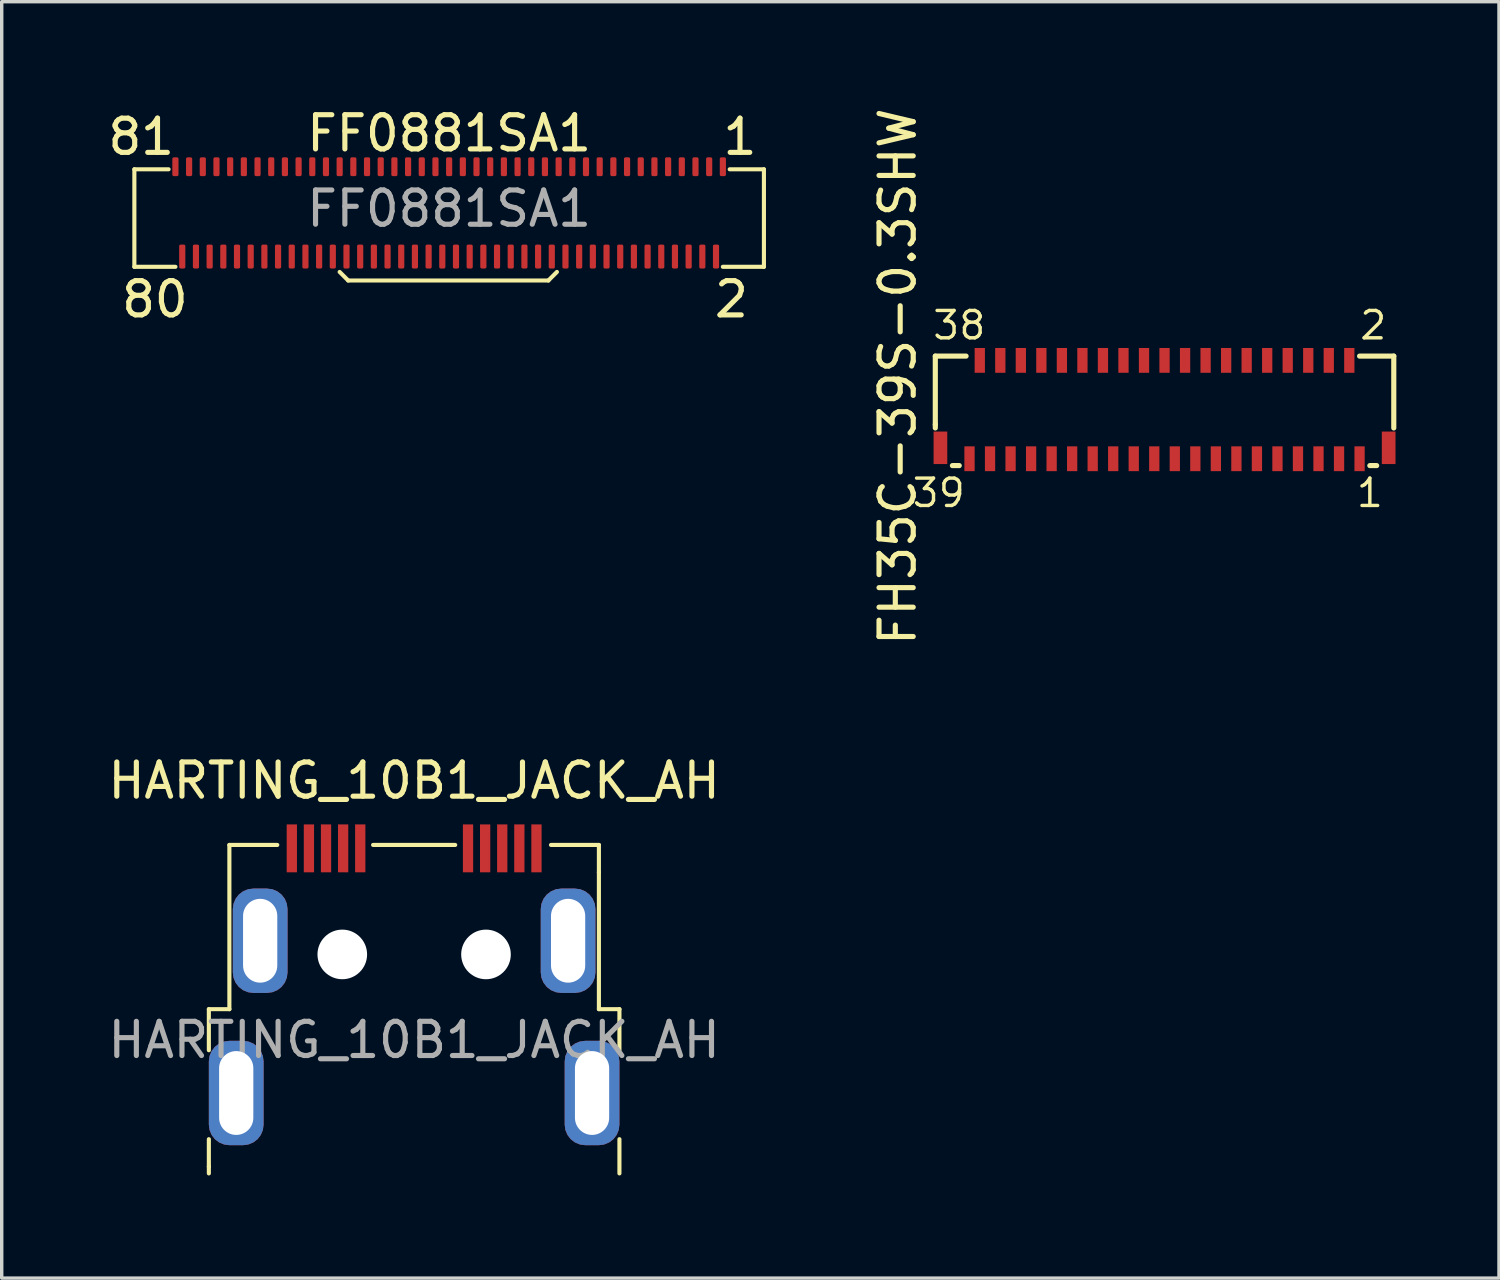
<source format=kicad_pcb>
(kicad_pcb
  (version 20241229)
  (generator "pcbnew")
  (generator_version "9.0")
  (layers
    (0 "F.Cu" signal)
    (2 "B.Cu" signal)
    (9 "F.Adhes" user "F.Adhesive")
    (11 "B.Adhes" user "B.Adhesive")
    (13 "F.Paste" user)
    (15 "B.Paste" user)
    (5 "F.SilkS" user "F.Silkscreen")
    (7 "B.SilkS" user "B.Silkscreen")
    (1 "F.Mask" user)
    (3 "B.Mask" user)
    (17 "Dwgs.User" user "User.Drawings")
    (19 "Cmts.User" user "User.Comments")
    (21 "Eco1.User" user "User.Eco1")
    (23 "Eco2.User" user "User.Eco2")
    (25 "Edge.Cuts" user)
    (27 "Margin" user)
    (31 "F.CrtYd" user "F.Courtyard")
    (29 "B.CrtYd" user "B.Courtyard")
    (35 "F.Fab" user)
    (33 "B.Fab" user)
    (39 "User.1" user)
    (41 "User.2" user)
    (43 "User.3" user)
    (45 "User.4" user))
  (footprint "FF0881SA1"
    (layer "F.Cu")
    (at 10.077 4.448)
    (property "Reference" "FF0881SA1" (at 0 -3.6 0) (unlocked yes) (layer "F.SilkS") (effects (font (size 1 1) (thickness 0.15))))
    (attr smd)
    (fp_line (start -9.2 -2.55) (end -9.2 0.3) (stroke (width 0.12) (type solid)) (layer "F.SilkS"))
    (fp_line (start -9.2 0.3) (end -8 0.3) (stroke (width 0.12) (type solid)) (layer "F.SilkS"))
    (fp_line (start -8.2 -2.55) (end -9.2 -2.55) (stroke (width 0.12) (type solid)) (layer "F.SilkS"))
    (fp_line (start -3.2 0.45) (end -2.95 0.7) (stroke (width 0.12) (type solid)) (layer "F.SilkS"))
    (fp_line (start -2.95 0.7) (end 2.9 0.7) (stroke (width 0.12) (type solid)) (layer "F.SilkS"))
    (fp_line (start 2.9 0.7) (end 3.15 0.45) (stroke (width 0.12) (type solid)) (layer "F.SilkS"))
    (fp_line (start 8 0.3) (end 9.2 0.3) (stroke (width 0.12) (type solid)) (layer "F.SilkS"))
    (fp_line (start 9.2 -2.55) (end 8.2 -2.55) (stroke (width 0.12) (type solid)) (layer "F.SilkS"))
    (fp_line (start 9.2 0.3) (end 9.2 -2.55) (stroke (width 0.12) (type solid)) (layer "F.SilkS"))
    (fp_text user "1" (at 8.5 -3.5 0) (unlocked yes) (layer "F.SilkS") (effects (font (size 1 1) (thickness 0.15))))
    (fp_text user "2" (at 8.25 1.25 0) (unlocked yes) (layer "F.SilkS") (effects (font (size 1 1) (thickness 0.15))))
    (fp_text user "81" (at -9 -3.5 0) (unlocked yes) (layer "F.SilkS") (effects (font (size 1 1) (thickness 0.15))))
    (fp_text user "80" (at -8.6 1.25 0) (unlocked yes) (layer "F.SilkS") (effects (font (size 1 1) (thickness 0.15))))
    (fp_text user "${REFERENCE}" (at 0 -1.4 0) (unlocked yes) (layer "F.Fab") (effects (font (size 1 1) (thickness 0.15))))
    (pad "1" smd roundrect (at 8 -2.625) (size 0.18 0.55) (layers "F.Cu" "F.Mask" "F.Paste") (roundrect_rratio 0.25))
    (pad "2" smd roundrect (at 7.8 0) (size 0.18 0.7) (layers "F.Cu" "F.Mask" "F.Paste") (roundrect_rratio 0.25))
    (pad "3" smd roundrect (at 7.6 -2.625) (size 0.18 0.55) (layers "F.Cu" "F.Mask" "F.Paste") (roundrect_rratio 0.25))
    (pad "4" smd roundrect (at 7.4 0) (size 0.18 0.7) (layers "F.Cu" "F.Mask" "F.Paste") (roundrect_rratio 0.25))
    (pad "5" smd roundrect (at 7.2 -2.625) (size 0.18 0.55) (layers "F.Cu" "F.Mask" "F.Paste") (roundrect_rratio 0.25))
    (pad "6" smd roundrect (at 7 0) (size 0.18 0.7) (layers "F.Cu" "F.Mask" "F.Paste") (roundrect_rratio 0.25))
    (pad "7" smd roundrect (at 6.8 -2.625) (size 0.18 0.55) (layers "F.Cu" "F.Mask" "F.Paste") (roundrect_rratio 0.25))
    (pad "8" smd roundrect (at 6.6 0) (size 0.18 0.7) (layers "F.Cu" "F.Mask" "F.Paste") (roundrect_rratio 0.25))
    (pad "9" smd roundrect (at 6.4 -2.625) (size 0.18 0.55) (layers "F.Cu" "F.Mask" "F.Paste") (roundrect_rratio 0.25))
    (pad "10" smd roundrect (at 6.2 0) (size 0.18 0.7) (layers "F.Cu" "F.Mask" "F.Paste") (roundrect_rratio 0.25))
    (pad "11" smd roundrect (at 6 -2.625) (size 0.18 0.55) (layers "F.Cu" "F.Mask" "F.Paste") (roundrect_rratio 0.25))
    (pad "12" smd roundrect (at 5.8 0) (size 0.18 0.7) (layers "F.Cu" "F.Mask" "F.Paste") (roundrect_rratio 0.25))
    (pad "13" smd roundrect (at 5.6 -2.625) (size 0.18 0.55) (layers "F.Cu" "F.Mask" "F.Paste") (roundrect_rratio 0.25))
    (pad "14" smd roundrect (at 5.4 0) (size 0.18 0.7) (layers "F.Cu" "F.Mask" "F.Paste") (roundrect_rratio 0.25))
    (pad "15" smd roundrect (at 5.2 -2.625) (size 0.18 0.55) (layers "F.Cu" "F.Mask" "F.Paste") (roundrect_rratio 0.25))
    (pad "16" smd roundrect (at 5 0) (size 0.18 0.7) (layers "F.Cu" "F.Mask" "F.Paste") (roundrect_rratio 0.25))
    (pad "17" smd roundrect (at 4.8 -2.625) (size 0.18 0.55) (layers "F.Cu" "F.Mask" "F.Paste") (roundrect_rratio 0.25))
    (pad "18" smd roundrect (at 4.6 0) (size 0.18 0.7) (layers "F.Cu" "F.Mask" "F.Paste") (roundrect_rratio 0.25))
    (pad "19" smd roundrect (at 4.4 -2.625) (size 0.18 0.55) (layers "F.Cu" "F.Mask" "F.Paste") (roundrect_rratio 0.25))
    (pad "20" smd roundrect (at 4.2 0) (size 0.18 0.7) (layers "F.Cu" "F.Mask" "F.Paste") (roundrect_rratio 0.25))
    (pad "21" smd roundrect (at 4 -2.625) (size 0.18 0.55) (layers "F.Cu" "F.Mask" "F.Paste") (roundrect_rratio 0.25))
    (pad "22" smd roundrect (at 3.8 0) (size 0.18 0.7) (layers "F.Cu" "F.Mask" "F.Paste") (roundrect_rratio 0.25))
    (pad "23" smd roundrect (at 3.6 -2.625) (size 0.18 0.55) (layers "F.Cu" "F.Mask" "F.Paste") (roundrect_rratio 0.25))
    (pad "24" smd roundrect (at 3.4 0) (size 0.18 0.7) (layers "F.Cu" "F.Mask" "F.Paste") (roundrect_rratio 0.25))
    (pad "25" smd roundrect (at 3.2 -2.625) (size 0.18 0.55) (layers "F.Cu" "F.Mask" "F.Paste") (roundrect_rratio 0.25))
    (pad "26" smd roundrect (at 3 0) (size 0.18 0.7) (layers "F.Cu" "F.Mask" "F.Paste") (roundrect_rratio 0.25))
    (pad "27" smd roundrect (at 2.8 -2.625) (size 0.18 0.55) (layers "F.Cu" "F.Mask" "F.Paste") (roundrect_rratio 0.25))
    (pad "28" smd roundrect (at 2.6 0) (size 0.18 0.7) (layers "F.Cu" "F.Mask" "F.Paste") (roundrect_rratio 0.25))
    (pad "29" smd roundrect (at 2.4 -2.625) (size 0.18 0.55) (layers "F.Cu" "F.Mask" "F.Paste") (roundrect_rratio 0.25))
    (pad "30" smd roundrect (at 2.2 0) (size 0.18 0.7) (layers "F.Cu" "F.Mask" "F.Paste") (roundrect_rratio 0.25))
    (pad "31" smd roundrect (at 2 -2.625) (size 0.18 0.55) (layers "F.Cu" "F.Mask" "F.Paste") (roundrect_rratio 0.25))
    (pad "32" smd roundrect (at 1.8 0) (size 0.18 0.7) (layers "F.Cu" "F.Mask" "F.Paste") (roundrect_rratio 0.25))
    (pad "33" smd roundrect (at 1.6 -2.625) (size 0.18 0.55) (layers "F.Cu" "F.Mask" "F.Paste") (roundrect_rratio 0.25))
    (pad "34" smd roundrect (at 1.4 0) (size 0.18 0.7) (layers "F.Cu" "F.Mask" "F.Paste") (roundrect_rratio 0.25))
    (pad "35" smd roundrect (at 1.2 -2.625) (size 0.18 0.55) (layers "F.Cu" "F.Mask" "F.Paste") (roundrect_rratio 0.25))
    (pad "36" smd roundrect (at 1 0) (size 0.18 0.7) (layers "F.Cu" "F.Mask" "F.Paste") (roundrect_rratio 0.25))
    (pad "37" smd roundrect (at 0.8 -2.625) (size 0.18 0.55) (layers "F.Cu" "F.Mask" "F.Paste") (roundrect_rratio 0.25))
    (pad "38" smd roundrect (at 0.6 0) (size 0.18 0.7) (layers "F.Cu" "F.Mask" "F.Paste") (roundrect_rratio 0.25))
    (pad "39" smd roundrect (at 0.4 -2.625) (size 0.18 0.55) (layers "F.Cu" "F.Mask" "F.Paste") (roundrect_rratio 0.25))
    (pad "40" smd roundrect (at 0.2 0) (size 0.18 0.7) (layers "F.Cu" "F.Mask" "F.Paste") (roundrect_rratio 0.25))
    (pad "41" smd roundrect (at 0 -2.625) (size 0.18 0.55) (layers "F.Cu" "F.Mask" "F.Paste") (roundrect_rratio 0.25))
    (pad "42" smd roundrect (at -0.2 0) (size 0.18 0.7) (layers "F.Cu" "F.Mask" "F.Paste") (roundrect_rratio 0.25))
    (pad "43" smd roundrect (at -0.4 -2.625) (size 0.18 0.55) (layers "F.Cu" "F.Mask" "F.Paste") (roundrect_rratio 0.25))
    (pad "44" smd roundrect (at -0.6 0) (size 0.18 0.7) (layers "F.Cu" "F.Mask" "F.Paste") (roundrect_rratio 0.25))
    (pad "45" smd roundrect (at -0.8 -2.625) (size 0.18 0.55) (layers "F.Cu" "F.Mask" "F.Paste") (roundrect_rratio 0.25))
    (pad "46" smd roundrect (at -1 0) (size 0.18 0.7) (layers "F.Cu" "F.Mask" "F.Paste") (roundrect_rratio 0.25))
    (pad "47" smd roundrect (at -1.2 -2.625) (size 0.18 0.55) (layers "F.Cu" "F.Mask" "F.Paste") (roundrect_rratio 0.25))
    (pad "48" smd roundrect (at -1.4 0) (size 0.18 0.7) (layers "F.Cu" "F.Mask" "F.Paste") (roundrect_rratio 0.25))
    (pad "49" smd roundrect (at -1.6 -2.625) (size 0.18 0.55) (layers "F.Cu" "F.Mask" "F.Paste") (roundrect_rratio 0.25))
    (pad "50" smd roundrect (at -1.8 0) (size 0.18 0.7) (layers "F.Cu" "F.Mask" "F.Paste") (roundrect_rratio 0.25))
    (pad "51" smd roundrect (at -2 -2.625) (size 0.18 0.55) (layers "F.Cu" "F.Mask" "F.Paste") (roundrect_rratio 0.25))
    (pad "52" smd roundrect (at -2.2 0) (size 0.18 0.7) (layers "F.Cu" "F.Mask" "F.Paste") (roundrect_rratio 0.25))
    (pad "53" smd roundrect (at -2.4 -2.625) (size 0.18 0.55) (layers "F.Cu" "F.Mask" "F.Paste") (roundrect_rratio 0.25))
    (pad "54" smd roundrect (at -2.6 0) (size 0.18 0.7) (layers "F.Cu" "F.Mask" "F.Paste") (roundrect_rratio 0.25))
    (pad "55" smd roundrect (at -2.8 -2.625) (size 0.18 0.55) (layers "F.Cu" "F.Mask" "F.Paste") (roundrect_rratio 0.25))
    (pad "56" smd roundrect (at -3 0) (size 0.18 0.7) (layers "F.Cu" "F.Mask" "F.Paste") (roundrect_rratio 0.25))
    (pad "57" smd roundrect (at -3.2 -2.625) (size 0.18 0.55) (layers "F.Cu" "F.Mask" "F.Paste") (roundrect_rratio 0.25))
    (pad "58" smd roundrect (at -3.4 0) (size 0.18 0.7) (layers "F.Cu" "F.Mask" "F.Paste") (roundrect_rratio 0.25))
    (pad "59" smd roundrect (at -3.6 -2.625) (size 0.18 0.55) (layers "F.Cu" "F.Mask" "F.Paste") (roundrect_rratio 0.25))
    (pad "60" smd roundrect (at -3.8 0) (size 0.18 0.7) (layers "F.Cu" "F.Mask" "F.Paste") (roundrect_rratio 0.25))
    (pad "61" smd roundrect (at -4 -2.625) (size 0.18 0.55) (layers "F.Cu" "F.Mask" "F.Paste") (roundrect_rratio 0.25))
    (pad "62" smd roundrect (at -4.2 0) (size 0.18 0.7) (layers "F.Cu" "F.Mask" "F.Paste") (roundrect_rratio 0.25))
    (pad "63" smd roundrect (at -4.4 -2.625) (size 0.18 0.55) (layers "F.Cu" "F.Mask" "F.Paste") (roundrect_rratio 0.25))
    (pad "64" smd roundrect (at -4.6 0) (size 0.18 0.7) (layers "F.Cu" "F.Mask" "F.Paste") (roundrect_rratio 0.25))
    (pad "65" smd roundrect (at -4.8 -2.625) (size 0.18 0.55) (layers "F.Cu" "F.Mask" "F.Paste") (roundrect_rratio 0.25))
    (pad "66" smd roundrect (at -5 0) (size 0.18 0.7) (layers "F.Cu" "F.Mask" "F.Paste") (roundrect_rratio 0.25))
    (pad "67" smd roundrect (at -5.2 -2.625) (size 0.18 0.55) (layers "F.Cu" "F.Mask" "F.Paste") (roundrect_rratio 0.25))
    (pad "68" smd roundrect (at -5.4 0) (size 0.18 0.7) (layers "F.Cu" "F.Mask" "F.Paste") (roundrect_rratio 0.25))
    (pad "69" smd roundrect (at -5.6 -2.625) (size 0.18 0.55) (layers "F.Cu" "F.Mask" "F.Paste") (roundrect_rratio 0.25))
    (pad "70" smd roundrect (at -5.8 0) (size 0.18 0.7) (layers "F.Cu" "F.Mask" "F.Paste") (roundrect_rratio 0.25))
    (pad "71" smd roundrect (at -6 -2.625) (size 0.18 0.55) (layers "F.Cu" "F.Mask" "F.Paste") (roundrect_rratio 0.25))
    (pad "72" smd roundrect (at -6.2 0) (size 0.18 0.7) (layers "F.Cu" "F.Mask" "F.Paste") (roundrect_rratio 0.25))
    (pad "73" smd roundrect (at -6.4 -2.625) (size 0.18 0.55) (layers "F.Cu" "F.Mask" "F.Paste") (roundrect_rratio 0.25))
    (pad "74" smd roundrect (at -6.6 0) (size 0.18 0.7) (layers "F.Cu" "F.Mask" "F.Paste") (roundrect_rratio 0.25))
    (pad "75" smd roundrect (at -6.8 -2.625) (size 0.18 0.55) (layers "F.Cu" "F.Mask" "F.Paste") (roundrect_rratio 0.25))
    (pad "76" smd roundrect (at -7 0) (size 0.18 0.7) (layers "F.Cu" "F.Mask" "F.Paste") (roundrect_rratio 0.25))
    (pad "77" smd roundrect (at -7.2 -2.625) (size 0.18 0.55) (layers "F.Cu" "F.Mask" "F.Paste") (roundrect_rratio 0.25))
    (pad "78" smd roundrect (at -7.4 0) (size 0.18 0.7) (layers "F.Cu" "F.Mask" "F.Paste") (roundrect_rratio 0.25))
    (pad "79" smd roundrect (at -7.6 -2.625) (size 0.18 0.55) (layers "F.Cu" "F.Mask" "F.Paste") (roundrect_rratio 0.25))
    (pad "80" smd roundrect (at -7.8 0) (size 0.18 0.7) (layers "F.Cu" "F.Mask" "F.Paste") (roundrect_rratio 0.25))
    (pad "81" smd roundrect (at -8 -2.625) (size 0.18 0.55) (layers "F.Cu" "F.Mask" "F.Paste") (roundrect_rratio 0.25)))
  (footprint "HARTING_10B1_JACK_AH"
    (layer "F.Cu")
    (at 9.054 24.845)
    (property "Reference" "HARTING_10B1_JACK_AH" (at 0 -5.08 0) (unlocked yes) (layer "F.SilkS") (effects (font (size 1 1) (thickness 0.15))))
    (attr smd)
    (fp_line (start -6 1.6) (end -6 2.8) (stroke (width 0.12) (type solid)) (layer "F.SilkS"))
    (fp_line (start -6 5.4) (end -6 6.2) (stroke (width 0.12) (type solid)) (layer "F.SilkS"))
    (fp_line (start -6 6.2) (end -6 6.4) (stroke (width 0.12) (type solid)) (layer "F.SilkS"))
    (fp_line (start -5.4 -3.2) (end -5.4 1.6) (stroke (width 0.12) (type solid)) (layer "F.SilkS"))
    (fp_line (start -5.4 1.6) (end -6 1.6) (stroke (width 0.12) (type solid)) (layer "F.SilkS"))
    (fp_line (start -4 -3.2) (end -5.4 -3.2) (stroke (width 0.12) (type solid)) (layer "F.SilkS"))
    (fp_line (start 1.2 -3.2) (end -1.2 -3.2) (stroke (width 0.12) (type solid)) (layer "F.SilkS"))
    (fp_line (start 5.4 -3.2) (end 4 -3.2) (stroke (width 0.12) (type solid)) (layer "F.SilkS"))
    (fp_line (start 5.4 -2.4) (end 5.4 -3.2) (stroke (width 0.12) (type solid)) (layer "F.SilkS"))
    (fp_line (start 5.4 1.6) (end 5.4 -2.4) (stroke (width 0.12) (type solid)) (layer "F.SilkS"))
    (fp_line (start 6 1.6) (end 5.4 1.6) (stroke (width 0.12) (type solid)) (layer "F.SilkS"))
    (fp_line (start 6 2.8) (end 6 1.6) (stroke (width 0.12) (type solid)) (layer "F.SilkS"))
    (fp_line (start 6 6.4) (end 6 5.4) (stroke (width 0.12) (type solid)) (layer "F.SilkS"))
    (fp_line (start 0 6.4) (end -6 6.4) (stroke (width 0.12) (type solid)) (layer "Eco1.User"))
    (fp_line (start 0 6.4) (end 6 6.4) (stroke (width 0.12) (type solid)) (layer "Eco1.User"))
    (fp_text user "${REFERENCE}" (at 0 2.5 0) (unlocked yes) (layer "F.Fab") (effects (font (size 1 1) (thickness 0.15))))
    (pad "" np_thru_hole circle (at -2.1 0) (size 1.45 1.45) (drill 1.45) (layers "*.Cu" "*.Mask"))
    (pad "" np_thru_hole circle (at 2.1 0) (size 1.45 1.45) (drill 1.45) (layers "*.Cu" "*.Mask"))
    (pad "1" smd rect (at -1.575 -3.1) (size 0.3 1.4) (layers "F.Cu" "F.Mask" "F.Paste"))
    (pad "2" smd rect (at -2.075 -3.1) (size 0.3 1.4) (layers "F.Cu" "F.Mask" "F.Paste"))
    (pad "3" smd rect (at -2.575 -3.1) (size 0.3 1.4) (layers "F.Cu" "F.Mask" "F.Paste"))
    (pad "4" smd rect (at -3.075 -3.1) (size 0.3 1.4) (layers "F.Cu" "F.Mask" "F.Paste"))
    (pad "5" smd rect (at -3.575 -3.1) (size 0.3 1.4) (layers "F.Cu" "F.Mask" "F.Paste"))
    (pad "6" smd rect (at 1.575 -3.1) (size 0.3 1.4) (layers "F.Cu" "F.Mask" "F.Paste"))
    (pad "7" smd rect (at 2.075 -3.1) (size 0.3 1.4) (layers "F.Cu" "F.Mask" "F.Paste"))
    (pad "8" smd rect (at 2.575 -3.1) (size 0.3 1.4) (layers "F.Cu" "F.Mask" "F.Paste"))
    (pad "9" smd rect (at 3.075 -3.1) (size 0.3 1.4) (layers "F.Cu" "F.Mask" "F.Paste"))
    (pad "10" smd rect (at 3.575 -3.1) (size 0.3 1.4) (layers "F.Cu" "F.Mask" "F.Paste"))
    (pad "SH" thru_hole roundrect (at -5.2 4.05) (size 1.6 3.05) (drill oval 1 2.45) (layers "*.Cu" "*.Mask") (roundrect_rratio 0.375))
    (pad "SH" thru_hole roundrect (at -4.5 -0.4) (size 1.6 3.05) (drill oval 1 2.45) (layers "*.Cu" "*.Mask") (roundrect_rratio 0.375))
    (pad "SH" thru_hole roundrect (at 4.5 -0.4) (size 1.6 3.05) (drill oval 1 2.45) (layers "*.Cu" "*.Mask") (roundrect_rratio 0.375))
    (pad "SH" thru_hole roundrect (at 5.2 4.05) (size 1.6 3.05) (drill oval 1 2.45) (layers "*.Cu" "*.Mask") (roundrect_rratio 0.375)))
  (footprint "FH35C-39S-0.3SHW"
    (layer "F.Cu")
    (at 30.986 10.358)
    (property "Reference" "FH35C-39S-0.3SHW" (at -7.8 -2.4 90) (unlocked yes) (layer "F.SilkS") (effects (font (size 1 1) (thickness 0.15))))
    (fp_line (start -6.7 -3) (end -6.7 -1) (stroke (width 0.15) (type solid)) (layer "F.SilkS"))
    (fp_line (start -6.7 -1) (end -6.7 -0.9) (stroke (width 0.15) (type solid)) (layer "F.SilkS"))
    (fp_line (start -6.2 0.2) (end -6 0.2) (stroke (width 0.15) (type solid)) (layer "F.SilkS"))
    (fp_line (start -5.8 -3) (end -6.7 -3) (stroke (width 0.15) (type solid)) (layer "F.SilkS"))
    (fp_line (start 6 0.2) (end 6.2 0.2) (stroke (width 0.15) (type solid)) (layer "F.SilkS"))
    (fp_line (start 6.7 -3) (end 5.7 -3) (stroke (width 0.15) (type solid)) (layer "F.SilkS"))
    (fp_line (start 6.7 -0.9) (end 6.7 -3) (stroke (width 0.15) (type solid)) (layer "F.SilkS"))
    (fp_text user "39" (at -6.6 1 0) (unlocked yes) (layer "F.SilkS") (effects (font (size 0.8 0.8) (thickness 0.1))))
    (fp_text user "38" (at -6 -3.9 0) (unlocked yes) (layer "F.SilkS") (effects (font (size 0.8 0.8) (thickness 0.1))))
    (fp_text user "1" (at 6 1 0) (unlocked yes) (layer "F.SilkS") (effects (font (size 0.8 0.8) (thickness 0.1))))
    (fp_text user "2" (at 6.1 -3.9 0) (unlocked yes) (layer "F.SilkS") (effects (font (size 0.8 0.8) (thickness 0.1))))
    (pad "1" smd rect (at 5.7 0) (size 0.3 0.725) (layers "F.Cu" "F.Mask" "F.Paste"))
    (pad "2" smd rect (at 5.4 -2.875) (size 0.3 0.725) (layers "F.Cu" "F.Mask" "F.Paste"))
    (pad "3" smd rect (at 5.1 0) (size 0.3 0.725) (layers "F.Cu" "F.Mask" "F.Paste"))
    (pad "4" smd rect (at 4.8 -2.875) (size 0.3 0.725) (layers "F.Cu" "F.Mask" "F.Paste"))
    (pad "5" smd rect (at 4.5 0) (size 0.3 0.725) (layers "F.Cu" "F.Mask" "F.Paste"))
    (pad "6" smd rect (at 4.2 -2.875) (size 0.3 0.725) (layers "F.Cu" "F.Mask" "F.Paste"))
    (pad "7" smd rect (at 3.9 0) (size 0.3 0.725) (layers "F.Cu" "F.Mask" "F.Paste"))
    (pad "8" smd rect (at 3.6 -2.875) (size 0.3 0.725) (layers "F.Cu" "F.Mask" "F.Paste"))
    (pad "9" smd rect (at 3.3 0) (size 0.3 0.725) (layers "F.Cu" "F.Mask" "F.Paste"))
    (pad "10" smd rect (at 3 -2.875) (size 0.3 0.725) (layers "F.Cu" "F.Mask" "F.Paste"))
    (pad "11" smd rect (at 2.7 0) (size 0.3 0.725) (layers "F.Cu" "F.Mask" "F.Paste"))
    (pad "12" smd rect (at 2.4 -2.875) (size 0.3 0.725) (layers "F.Cu" "F.Mask" "F.Paste"))
    (pad "13" smd rect (at 2.1 0) (size 0.3 0.725) (layers "F.Cu" "F.Mask" "F.Paste"))
    (pad "14" smd rect (at 1.8 -2.875) (size 0.3 0.725) (layers "F.Cu" "F.Mask" "F.Paste"))
    (pad "15" smd rect (at 1.5 0) (size 0.3 0.725) (layers "F.Cu" "F.Mask" "F.Paste"))
    (pad "16" smd rect (at 1.2 -2.875) (size 0.3 0.725) (layers "F.Cu" "F.Mask" "F.Paste"))
    (pad "17" smd rect (at 0.9 0) (size 0.3 0.725) (layers "F.Cu" "F.Mask" "F.Paste"))
    (pad "18" smd rect (at 0.6 -2.875) (size 0.3 0.725) (layers "F.Cu" "F.Mask" "F.Paste"))
    (pad "19" smd rect (at 0.3 0) (size 0.3 0.725) (layers "F.Cu" "F.Mask" "F.Paste"))
    (pad "20" smd rect (at 0 -2.875) (size 0.3 0.725) (layers "F.Cu" "F.Mask" "F.Paste"))
    (pad "21" smd rect (at -0.3 0) (size 0.3 0.725) (layers "F.Cu" "F.Mask" "F.Paste"))
    (pad "22" smd rect (at -0.6 -2.875) (size 0.3 0.725) (layers "F.Cu" "F.Mask" "F.Paste"))
    (pad "23" smd rect (at -0.9 0) (size 0.3 0.725) (layers "F.Cu" "F.Mask" "F.Paste"))
    (pad "24" smd rect (at -1.2 -2.875) (size 0.3 0.725) (layers "F.Cu" "F.Mask" "F.Paste"))
    (pad "25" smd rect (at -1.5 0) (size 0.3 0.725) (layers "F.Cu" "F.Mask" "F.Paste"))
    (pad "26" smd rect (at -1.8 -2.875) (size 0.3 0.725) (layers "F.Cu" "F.Mask" "F.Paste"))
    (pad "27" smd rect (at -2.1 0) (size 0.3 0.725) (layers "F.Cu" "F.Mask" "F.Paste"))
    (pad "28" smd rect (at -2.4 -2.875) (size 0.3 0.725) (layers "F.Cu" "F.Mask" "F.Paste"))
    (pad "29" smd rect (at -2.7 0) (size 0.3 0.725) (layers "F.Cu" "F.Mask" "F.Paste"))
    (pad "30" smd rect (at -3 -2.875) (size 0.3 0.725) (layers "F.Cu" "F.Mask" "F.Paste"))
    (pad "31" smd rect (at -3.3 0) (size 0.3 0.725) (layers "F.Cu" "F.Mask" "F.Paste"))
    (pad "32" smd rect (at -3.6 -2.875) (size 0.3 0.725) (layers "F.Cu" "F.Mask" "F.Paste"))
    (pad "33" smd rect (at -3.9 0) (size 0.3 0.725) (layers "F.Cu" "F.Mask" "F.Paste"))
    (pad "34" smd rect (at -4.2 -2.875) (size 0.3 0.725) (layers "F.Cu" "F.Mask" "F.Paste"))
    (pad "35" smd rect (at -4.5 0) (size 0.3 0.725) (layers "F.Cu" "F.Mask" "F.Paste"))
    (pad "36" smd rect (at -4.8 -2.875) (size 0.3 0.725) (layers "F.Cu" "F.Mask" "F.Paste"))
    (pad "37" smd rect (at -5.1 0) (size 0.3 0.725) (layers "F.Cu" "F.Mask" "F.Paste"))
    (pad "38" smd rect (at -5.4 -2.875) (size 0.3 0.725) (layers "F.Cu" "F.Mask" "F.Paste"))
    (pad "39" smd rect (at -5.7 0) (size 0.3 0.725) (layers "F.Cu" "F.Mask" "F.Paste"))
    (pad "M" smd rect (at -6.55 -0.32) (size 0.4 0.95) (layers "F.Cu" "F.Mask" "F.Paste"))
    (pad "M" smd rect (at 6.55 -0.32) (size 0.4 0.95) (layers "F.Cu" "F.Mask" "F.Paste")))
  (gr_rect
    (start -3 -3)
    (end 40.761 34.305)
    (stroke (width 0.1) (type default))
    (fill no)
    (layer "Edge.Cuts")))
</source>
